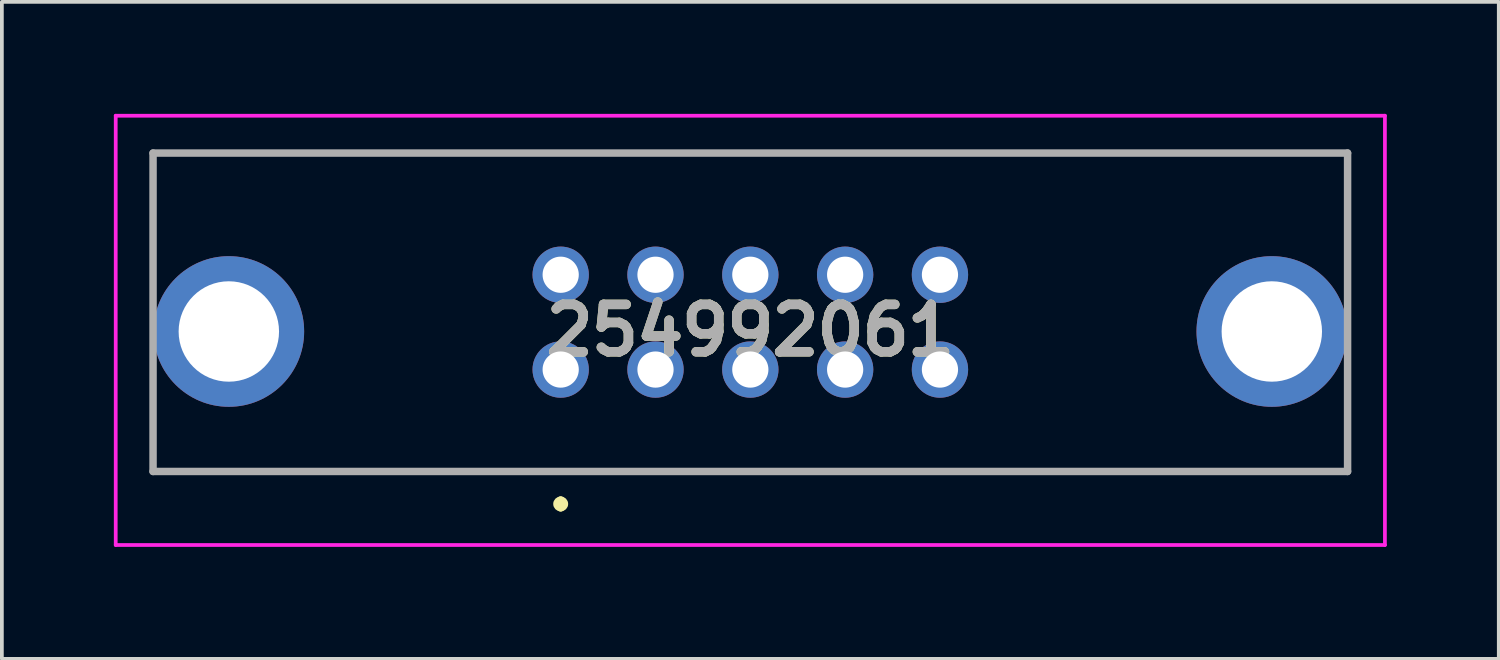
<source format=kicad_pcb>
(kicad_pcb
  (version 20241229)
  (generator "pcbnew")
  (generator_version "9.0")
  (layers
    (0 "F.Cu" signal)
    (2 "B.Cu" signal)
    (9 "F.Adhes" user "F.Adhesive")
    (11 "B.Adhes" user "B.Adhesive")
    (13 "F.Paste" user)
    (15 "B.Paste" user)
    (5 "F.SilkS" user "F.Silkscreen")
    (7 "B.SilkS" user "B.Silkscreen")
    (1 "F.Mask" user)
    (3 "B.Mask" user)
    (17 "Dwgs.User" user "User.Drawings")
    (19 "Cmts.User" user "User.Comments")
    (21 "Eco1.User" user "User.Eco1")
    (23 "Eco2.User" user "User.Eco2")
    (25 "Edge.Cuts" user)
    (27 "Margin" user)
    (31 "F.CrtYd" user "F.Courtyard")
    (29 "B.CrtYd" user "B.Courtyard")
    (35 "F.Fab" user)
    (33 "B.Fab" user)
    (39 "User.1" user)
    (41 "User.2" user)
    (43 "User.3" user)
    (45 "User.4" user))
  (footprint "254992061"
    (layer "F.Cu")
    (at 11.97 6.85)
    (property "Reference" "254992061" (at 5.08 -1.05 0) (layer "F.SilkS") (effects (font (size 1.27 1.27) (thickness 0.254))))
    (attr through_hole)
    (fp_line (start -10.92 -5.8) (end 21.08 -5.8) (stroke (width 0.1) (type solid)) (layer "F.SilkS"))
    (fp_line (start -10.92 -2.27) (end -10.92 -5.8) (stroke (width 0.1) (type solid)) (layer "F.SilkS"))
    (fp_line (start -10.92 2.73) (end -10.92 0) (stroke (width 0.1) (type solid)) (layer "F.SilkS"))
    (fp_line (start 0 3.5) (end 0 3.5) (stroke (width 0.2) (type solid)) (layer "F.SilkS"))
    (fp_line (start 0 3.7) (end 0 3.7) (stroke (width 0.2) (type solid)) (layer "F.SilkS"))
    (fp_line (start 21.08 -5.8) (end 21.08 -2.27) (stroke (width 0.1) (type solid)) (layer "F.SilkS"))
    (fp_line (start 21.08 0.23) (end 21.08 2.73) (stroke (width 0.1) (type solid)) (layer "F.SilkS"))
    (fp_line (start 21.08 2.73) (end -10.92 2.73) (stroke (width 0.1) (type solid)) (layer "F.SilkS"))
    (fp_arc (start 0 3.5) (mid 0.1 3.6) (end 0 3.7) (stroke (width 0.2) (type solid)) (layer "F.SilkS"))
    (fp_arc (start 0 3.7) (mid -0.1 3.6) (end 0 3.5) (stroke (width 0.2) (type solid)) (layer "F.SilkS"))
    (fp_line (start -11.92 -6.8) (end 22.08 -6.8) (stroke (width 0.1) (type solid)) (layer "F.CrtYd"))
    (fp_line (start -11.92 4.7) (end -11.92 -6.8) (stroke (width 0.1) (type solid)) (layer "F.CrtYd"))
    (fp_line (start 22.08 -6.8) (end 22.08 4.7) (stroke (width 0.1) (type solid)) (layer "F.CrtYd"))
    (fp_line (start 22.08 4.7) (end -11.92 4.7) (stroke (width 0.1) (type solid)) (layer "F.CrtYd"))
    (fp_line (start -10.92 -5.8) (end 21.08 -5.8) (stroke (width 0.2) (type solid)) (layer "F.Fab"))
    (fp_line (start -10.92 2.73) (end -10.92 -5.8) (stroke (width 0.2) (type solid)) (layer "F.Fab"))
    (fp_line (start 21.08 -5.8) (end 21.08 2.73) (stroke (width 0.2) (type solid)) (layer "F.Fab"))
    (fp_line (start 21.08 2.73) (end -10.92 2.73) (stroke (width 0.2) (type solid)) (layer "F.Fab"))
    (fp_text user "${REFERENCE}" (at 5.08 -1.05 0) (layer "F.Fab") (effects (font (size 1.27 1.27) (thickness 0.254))))
    (pad "1" thru_hole circle (at 0 0) (size 1.509 1.509) (drill 0.97) (layers "*.Cu" "*.Mask"))
    (pad "2" thru_hole circle (at 0 -2.54) (size 1.509 1.509) (drill 0.97) (layers "*.Cu" "*.Mask"))
    (pad "3" thru_hole circle (at 2.54 0) (size 1.509 1.509) (drill 0.97) (layers "*.Cu" "*.Mask"))
    (pad "4" thru_hole circle (at 2.54 -2.54) (size 1.509 1.509) (drill 0.97) (layers "*.Cu" "*.Mask"))
    (pad "5" thru_hole circle (at 5.08 0) (size 1.509 1.509) (drill 0.97) (layers "*.Cu" "*.Mask"))
    (pad "6" thru_hole circle (at 5.08 -2.54) (size 1.509 1.509) (drill 0.97) (layers "*.Cu" "*.Mask"))
    (pad "7" thru_hole circle (at 7.62 0) (size 1.509 1.509) (drill 0.97) (layers "*.Cu" "*.Mask"))
    (pad "8" thru_hole circle (at 7.62 -2.54) (size 1.509 1.509) (drill 0.97) (layers "*.Cu" "*.Mask"))
    (pad "9" thru_hole circle (at 10.16 0) (size 1.509 1.509) (drill 0.97) (layers "*.Cu" "*.Mask"))
    (pad "10" thru_hole circle (at 10.16 -2.54) (size 1.509 1.509) (drill 0.97) (layers "*.Cu" "*.Mask"))
    (pad "MH1" thru_hole circle (at -8.89 -1.02) (size 4.035 4.035) (drill 2.69) (layers "*.Cu" "*.Mask"))
    (pad "MH2" thru_hole circle (at 19.05 -1.02) (size 4.035 4.035) (drill 2.69) (layers "*.Cu" "*.Mask")))
  (gr_rect
    (start -3 -3)
    (end 37.1 14.6)
    (stroke (width 0.1) (type default))
    (fill no)
    (layer "Edge.Cuts")))
</source>
